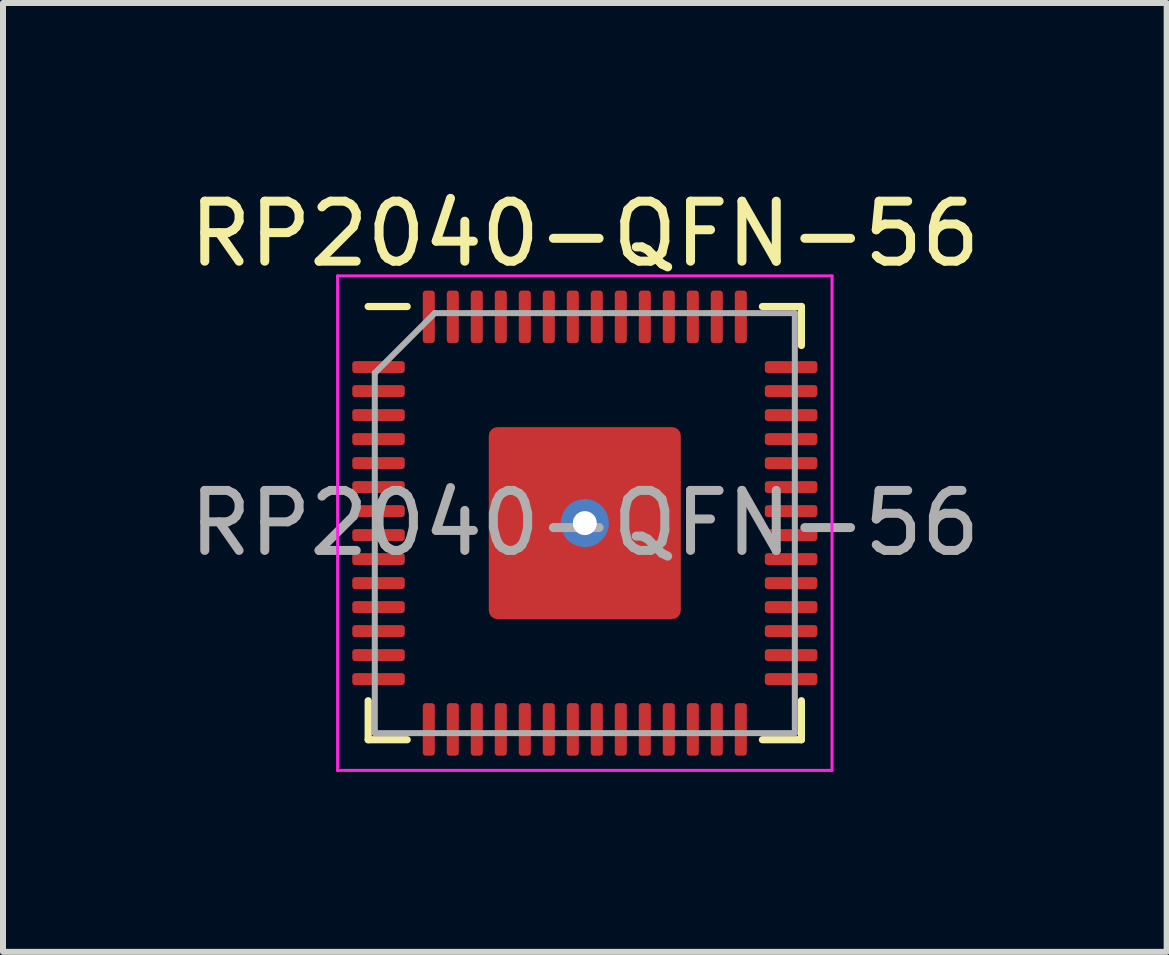
<source format=kicad_pcb>
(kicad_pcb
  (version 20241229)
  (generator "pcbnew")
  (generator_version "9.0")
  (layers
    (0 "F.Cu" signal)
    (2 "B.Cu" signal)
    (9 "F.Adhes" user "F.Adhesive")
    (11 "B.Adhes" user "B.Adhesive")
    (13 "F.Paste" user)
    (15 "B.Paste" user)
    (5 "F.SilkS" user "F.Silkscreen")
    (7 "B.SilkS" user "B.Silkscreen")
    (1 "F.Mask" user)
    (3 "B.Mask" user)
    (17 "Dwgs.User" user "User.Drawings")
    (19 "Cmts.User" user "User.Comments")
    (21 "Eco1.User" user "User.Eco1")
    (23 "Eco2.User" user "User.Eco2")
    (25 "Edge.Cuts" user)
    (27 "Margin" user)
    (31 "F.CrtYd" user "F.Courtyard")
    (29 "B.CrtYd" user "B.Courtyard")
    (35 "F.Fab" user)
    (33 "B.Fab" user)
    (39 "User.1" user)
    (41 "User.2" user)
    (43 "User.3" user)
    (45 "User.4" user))
  (footprint "RP2040-QFN-56"
    (layer "F.Cu")
    (at 6.696 5.668)
    (property "Reference" "RP2040-QFN-56" (at 0 -4.82 0) (layer "F.SilkS") (effects (font (size 1 1) (thickness 0.15))))
    (attr smd)
    (fp_line (start -3.61 3.61) (end -3.61 2.96) (stroke (width 0.12) (type solid)) (layer "F.SilkS"))
    (fp_line (start -2.96 -3.61) (end -3.61 -3.61) (stroke (width 0.12) (type solid)) (layer "F.SilkS"))
    (fp_line (start -2.96 3.61) (end -3.61 3.61) (stroke (width 0.12) (type solid)) (layer "F.SilkS"))
    (fp_line (start 2.96 -3.61) (end 3.61 -3.61) (stroke (width 0.12) (type solid)) (layer "F.SilkS"))
    (fp_line (start 2.96 3.61) (end 3.61 3.61) (stroke (width 0.12) (type solid)) (layer "F.SilkS"))
    (fp_line (start 3.61 -3.61) (end 3.61 -2.96) (stroke (width 0.12) (type solid)) (layer "F.SilkS"))
    (fp_line (start 3.61 3.61) (end 3.61 2.96) (stroke (width 0.12) (type solid)) (layer "F.SilkS"))
    (fp_line (start -4.12 -4.12) (end -4.12 4.12) (stroke (width 0.05) (type solid)) (layer "F.CrtYd"))
    (fp_line (start -4.12 4.12) (end 4.12 4.12) (stroke (width 0.05) (type solid)) (layer "F.CrtYd"))
    (fp_line (start 4.12 -4.12) (end -4.12 -4.12) (stroke (width 0.05) (type solid)) (layer "F.CrtYd"))
    (fp_line (start 4.12 4.12) (end 4.12 -4.12) (stroke (width 0.05) (type solid)) (layer "F.CrtYd"))
    (fp_line (start -3.5 -2.5) (end -2.5 -3.5) (stroke (width 0.1) (type solid)) (layer "F.Fab"))
    (fp_line (start -3.5 3.5) (end -3.5 -2.5) (stroke (width 0.1) (type solid)) (layer "F.Fab"))
    (fp_line (start -2.5 -3.5) (end 3.5 -3.5) (stroke (width 0.1) (type solid)) (layer "F.Fab"))
    (fp_line (start 3.5 -3.5) (end 3.5 3.5) (stroke (width 0.1) (type solid)) (layer "F.Fab"))
    (fp_line (start 3.5 3.5) (end -3.5 3.5) (stroke (width 0.1) (type solid)) (layer "F.Fab"))
    (fp_text user "${REFERENCE}" (at 0 0 0) (layer "F.Fab") (effects (font (size 1 1) (thickness 0.15))))
    (pad "" smd roundrect (at -0.637 -0.637) (size 1.084 1.084) (layers "F.Paste") (roundrect_rratio 0.231))
    (pad "" smd roundrect (at -0.637 0.637) (size 1.084 1.084) (layers "F.Paste") (roundrect_rratio 0.231))
    (pad "" smd roundrect (at 0.637 -0.637) (size 1.084 1.084) (layers "F.Paste") (roundrect_rratio 0.231))
    (pad "" smd roundrect (at 0.637 0.637) (size 1.084 1.084) (layers "F.Paste") (roundrect_rratio 0.231))
    (pad "1" smd roundrect (at -3.438 -2.6) (size 0.875 0.2) (layers "F.Cu" "F.Mask" "F.Paste") (roundrect_rratio 0.25))
    (pad "2" smd roundrect (at -3.438 -2.2) (size 0.875 0.2) (layers "F.Cu" "F.Mask" "F.Paste") (roundrect_rratio 0.25))
    (pad "3" smd roundrect (at -3.438 -1.8) (size 0.875 0.2) (layers "F.Cu" "F.Mask" "F.Paste") (roundrect_rratio 0.25))
    (pad "4" smd roundrect (at -3.438 -1.4) (size 0.875 0.2) (layers "F.Cu" "F.Mask" "F.Paste") (roundrect_rratio 0.25))
    (pad "5" smd roundrect (at -3.438 -1) (size 0.875 0.2) (layers "F.Cu" "F.Mask" "F.Paste") (roundrect_rratio 0.25))
    (pad "6" smd roundrect (at -3.438 -0.6) (size 0.875 0.2) (layers "F.Cu" "F.Mask" "F.Paste") (roundrect_rratio 0.25))
    (pad "7" smd roundrect (at -3.438 -0.2) (size 0.875 0.2) (layers "F.Cu" "F.Mask" "F.Paste") (roundrect_rratio 0.25))
    (pad "8" smd roundrect (at -3.438 0.2) (size 0.875 0.2) (layers "F.Cu" "F.Mask" "F.Paste") (roundrect_rratio 0.25))
    (pad "9" smd roundrect (at -3.438 0.6) (size 0.875 0.2) (layers "F.Cu" "F.Mask" "F.Paste") (roundrect_rratio 0.25))
    (pad "10" smd roundrect (at -3.438 1) (size 0.875 0.2) (layers "F.Cu" "F.Mask" "F.Paste") (roundrect_rratio 0.25))
    (pad "11" smd roundrect (at -3.438 1.4) (size 0.875 0.2) (layers "F.Cu" "F.Mask" "F.Paste") (roundrect_rratio 0.25))
    (pad "12" smd roundrect (at -3.438 1.8) (size 0.875 0.2) (layers "F.Cu" "F.Mask" "F.Paste") (roundrect_rratio 0.25))
    (pad "13" smd roundrect (at -3.438 2.2) (size 0.875 0.2) (layers "F.Cu" "F.Mask" "F.Paste") (roundrect_rratio 0.25))
    (pad "14" smd roundrect (at -3.438 2.6) (size 0.875 0.2) (layers "F.Cu" "F.Mask" "F.Paste") (roundrect_rratio 0.25))
    (pad "15" smd roundrect (at -2.6 3.438) (size 0.2 0.875) (layers "F.Cu" "F.Mask" "F.Paste") (roundrect_rratio 0.25))
    (pad "16" smd roundrect (at -2.2 3.438) (size 0.2 0.875) (layers "F.Cu" "F.Mask" "F.Paste") (roundrect_rratio 0.25))
    (pad "17" smd roundrect (at -1.8 3.438) (size 0.2 0.875) (layers "F.Cu" "F.Mask" "F.Paste") (roundrect_rratio 0.25))
    (pad "18" smd roundrect (at -1.4 3.438) (size 0.2 0.875) (layers "F.Cu" "F.Mask" "F.Paste") (roundrect_rratio 0.25))
    (pad "19" smd roundrect (at -1 3.438) (size 0.2 0.875) (layers "F.Cu" "F.Mask" "F.Paste") (roundrect_rratio 0.25))
    (pad "20" smd roundrect (at -0.6 3.438) (size 0.2 0.875) (layers "F.Cu" "F.Mask" "F.Paste") (roundrect_rratio 0.25))
    (pad "21" smd roundrect (at -0.2 3.438) (size 0.2 0.875) (layers "F.Cu" "F.Mask" "F.Paste") (roundrect_rratio 0.25))
    (pad "22" smd roundrect (at 0.2 3.438) (size 0.2 0.875) (layers "F.Cu" "F.Mask" "F.Paste") (roundrect_rratio 0.25))
    (pad "23" smd roundrect (at 0.6 3.438) (size 0.2 0.875) (layers "F.Cu" "F.Mask" "F.Paste") (roundrect_rratio 0.25))
    (pad "24" smd roundrect (at 1 3.438) (size 0.2 0.875) (layers "F.Cu" "F.Mask" "F.Paste") (roundrect_rratio 0.25))
    (pad "25" smd roundrect (at 1.4 3.438) (size 0.2 0.875) (layers "F.Cu" "F.Mask" "F.Paste") (roundrect_rratio 0.25))
    (pad "26" smd roundrect (at 1.8 3.438) (size 0.2 0.875) (layers "F.Cu" "F.Mask" "F.Paste") (roundrect_rratio 0.25))
    (pad "27" smd roundrect (at 2.2 3.438) (size 0.2 0.875) (layers "F.Cu" "F.Mask" "F.Paste") (roundrect_rratio 0.25))
    (pad "28" smd roundrect (at 2.6 3.438) (size 0.2 0.875) (layers "F.Cu" "F.Mask" "F.Paste") (roundrect_rratio 0.25))
    (pad "29" smd roundrect (at 3.438 2.6) (size 0.875 0.2) (layers "F.Cu" "F.Mask" "F.Paste") (roundrect_rratio 0.25))
    (pad "30" smd roundrect (at 3.438 2.2) (size 0.875 0.2) (layers "F.Cu" "F.Mask" "F.Paste") (roundrect_rratio 0.25))
    (pad "31" smd roundrect (at 3.438 1.8) (size 0.875 0.2) (layers "F.Cu" "F.Mask" "F.Paste") (roundrect_rratio 0.25))
    (pad "32" smd roundrect (at 3.438 1.4) (size 0.875 0.2) (layers "F.Cu" "F.Mask" "F.Paste") (roundrect_rratio 0.25))
    (pad "33" smd roundrect (at 3.438 1) (size 0.875 0.2) (layers "F.Cu" "F.Mask" "F.Paste") (roundrect_rratio 0.25))
    (pad "34" smd roundrect (at 3.438 0.6) (size 0.875 0.2) (layers "F.Cu" "F.Mask" "F.Paste") (roundrect_rratio 0.25))
    (pad "35" smd roundrect (at 3.438 0.2) (size 0.875 0.2) (layers "F.Cu" "F.Mask" "F.Paste") (roundrect_rratio 0.25))
    (pad "36" smd roundrect (at 3.438 -0.2) (size 0.875 0.2) (layers "F.Cu" "F.Mask" "F.Paste") (roundrect_rratio 0.25))
    (pad "37" smd roundrect (at 3.438 -0.6) (size 0.875 0.2) (layers "F.Cu" "F.Mask" "F.Paste") (roundrect_rratio 0.25))
    (pad "38" smd roundrect (at 3.438 -1) (size 0.875 0.2) (layers "F.Cu" "F.Mask" "F.Paste") (roundrect_rratio 0.25))
    (pad "39" smd roundrect (at 3.438 -1.4) (size 0.875 0.2) (layers "F.Cu" "F.Mask" "F.Paste") (roundrect_rratio 0.25))
    (pad "40" smd roundrect (at 3.438 -1.8) (size 0.875 0.2) (layers "F.Cu" "F.Mask" "F.Paste") (roundrect_rratio 0.25))
    (pad "41" smd roundrect (at 3.438 -2.2) (size 0.875 0.2) (layers "F.Cu" "F.Mask" "F.Paste") (roundrect_rratio 0.25))
    (pad "42" smd roundrect (at 3.438 -2.6) (size 0.875 0.2) (layers "F.Cu" "F.Mask" "F.Paste") (roundrect_rratio 0.25))
    (pad "43" smd roundrect (at 2.6 -3.438) (size 0.2 0.875) (layers "F.Cu" "F.Mask" "F.Paste") (roundrect_rratio 0.25))
    (pad "44" smd roundrect (at 2.2 -3.438) (size 0.2 0.875) (layers "F.Cu" "F.Mask" "F.Paste") (roundrect_rratio 0.25))
    (pad "45" smd roundrect (at 1.8 -3.438) (size 0.2 0.875) (layers "F.Cu" "F.Mask" "F.Paste") (roundrect_rratio 0.25))
    (pad "46" smd roundrect (at 1.4 -3.438) (size 0.2 0.875) (layers "F.Cu" "F.Mask" "F.Paste") (roundrect_rratio 0.25))
    (pad "47" smd roundrect (at 1 -3.438) (size 0.2 0.875) (layers "F.Cu" "F.Mask" "F.Paste") (roundrect_rratio 0.25))
    (pad "48" smd roundrect (at 0.6 -3.438) (size 0.2 0.875) (layers "F.Cu" "F.Mask" "F.Paste") (roundrect_rratio 0.25))
    (pad "49" smd roundrect (at 0.2 -3.438) (size 0.2 0.875) (layers "F.Cu" "F.Mask" "F.Paste") (roundrect_rratio 0.25))
    (pad "50" smd roundrect (at -0.2 -3.438) (size 0.2 0.875) (layers "F.Cu" "F.Mask" "F.Paste") (roundrect_rratio 0.25))
    (pad "51" smd roundrect (at -0.6 -3.438) (size 0.2 0.875) (layers "F.Cu" "F.Mask" "F.Paste") (roundrect_rratio 0.25))
    (pad "52" smd roundrect (at -1 -3.438) (size 0.2 0.875) (layers "F.Cu" "F.Mask" "F.Paste") (roundrect_rratio 0.25))
    (pad "53" smd roundrect (at -1.4 -3.438) (size 0.2 0.875) (layers "F.Cu" "F.Mask" "F.Paste") (roundrect_rratio 0.25))
    (pad "54" smd roundrect (at -1.8 -3.438) (size 0.2 0.875) (layers "F.Cu" "F.Mask" "F.Paste") (roundrect_rratio 0.25))
    (pad "55" smd roundrect (at -2.2 -3.438) (size 0.2 0.875) (layers "F.Cu" "F.Mask" "F.Paste") (roundrect_rratio 0.25))
    (pad "56" smd roundrect (at -2.6 -3.438) (size 0.2 0.875) (layers "F.Cu" "F.Mask" "F.Paste") (roundrect_rratio 0.25))
    (pad "57" thru_hole circle (at 0 0) (size 0.8 0.8) (drill 0.4) (layers "*.Cu"))
    (pad "57" smd roundrect (at 0 0) (size 3.2 3.2) (layers "F.Cu" "F.Mask") (roundrect_rratio 0.045)))
  (gr_rect
    (start -3 -3)
    (end 16.393 12.813)
    (stroke (width 0.1) (type default))
    (fill no)
    (layer "Edge.Cuts")))
</source>
